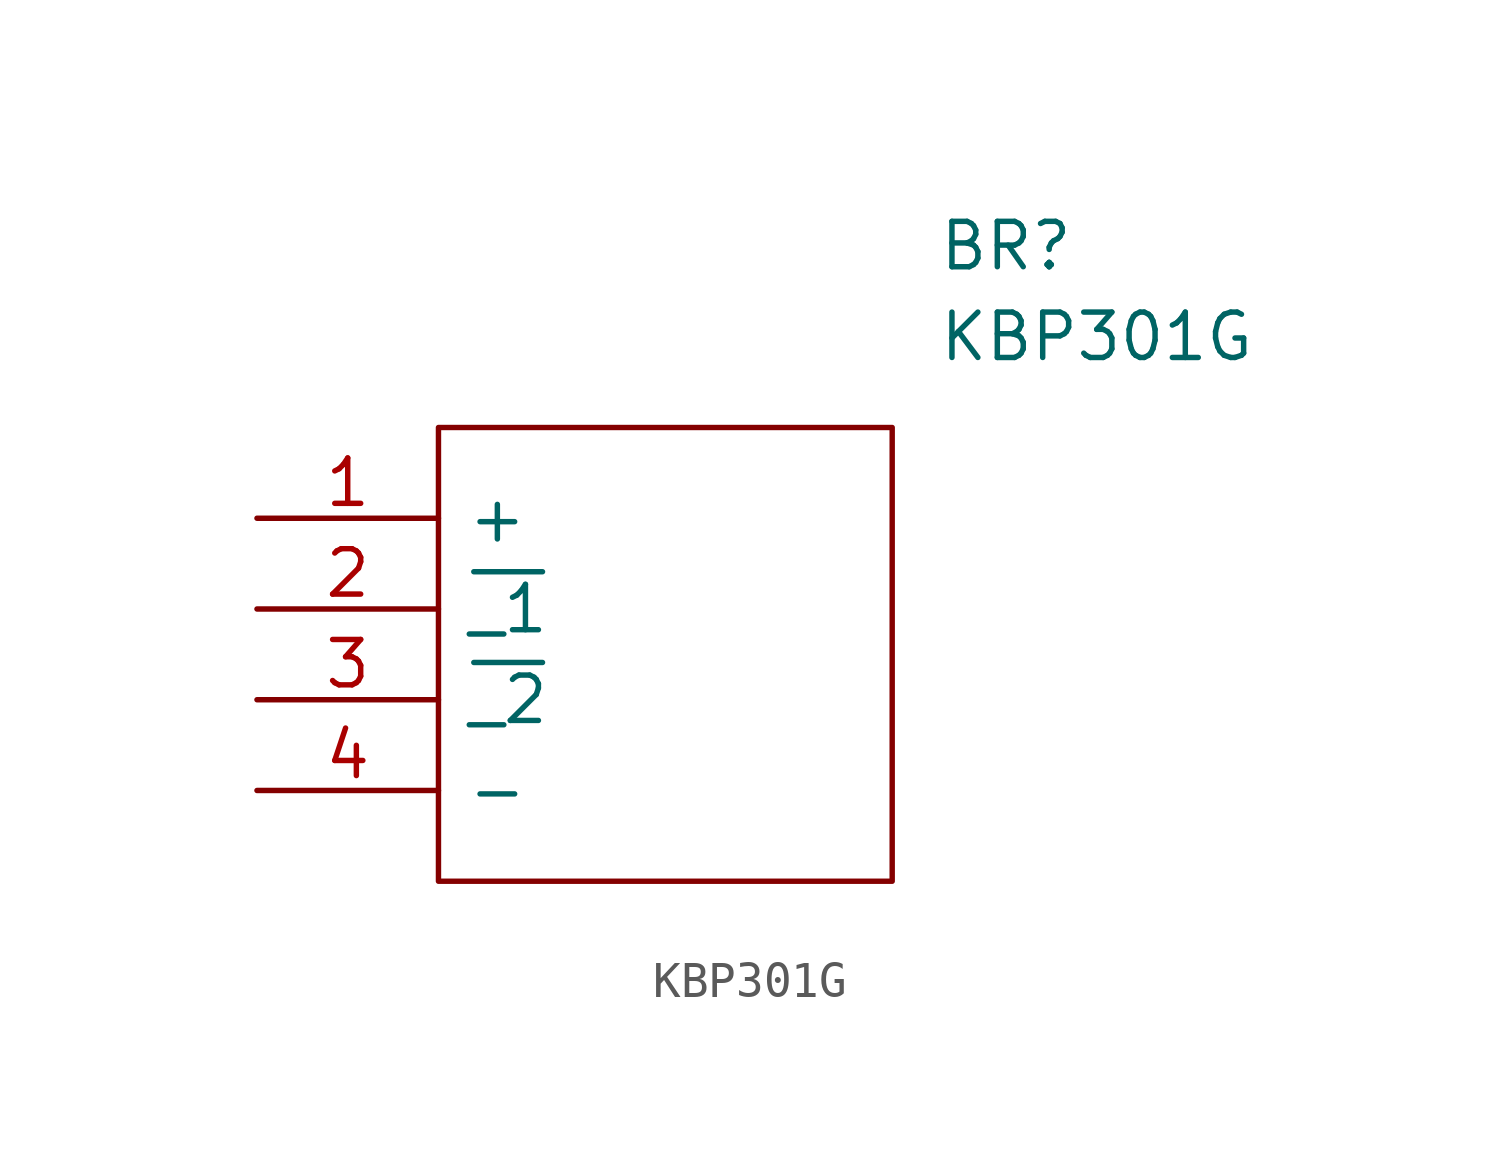
<source format=kicad_sym>
(kicad_symbol_lib
  (version 20211014)
  (generator kicad_symbol_editor)
  (symbol "KBP301G"
    (pin_names
      (offset 0.762))
    (property "Reference" "BR"
      (at 19.05 7.62 0)
      (effects (font (size 1.27 1.27)) (justify left)))
    (property "Value" "KBP301G"
      (at 19.05 5.08 0)
      (effects (font (size 1.27 1.27)) (justify left)))
    (symbol "KBP301G_0_0"
      (pin passive line (at 0 0 0) (length 5.08) (name "+" (effects (font (size 1.27 1.27)))) (number "1" (effects (font (size 1.27 1.27)))))
      (pin passive line (at 0 -2.54 0) (length 5.08) (name "~{_1}" (effects (font (size 1.27 1.27)))) (number "2" (effects (font (size 1.27 1.27)))))
      (pin passive line (at 0 -5.08 0) (length 5.08) (name "~{_2}" (effects (font (size 1.27 1.27)))) (number "3" (effects (font (size 1.27 1.27)))))
      (pin passive line (at 0 -7.62 0) (length 5.08) (name "-" (effects (font (size 1.27 1.27)))) (number "4" (effects (font (size 1.27 1.27))))))
    (symbol "KBP301G_0_1"
      (polyline (pts (xy 5.08 2.54) (xy 17.78 2.54) (xy 17.78 -10.16) (xy 5.08 -10.16) (xy 5.08 2.54)) (stroke (width 0.152) (type default) (color 0 0 0 0)) (fill (type none))))))
</source>
